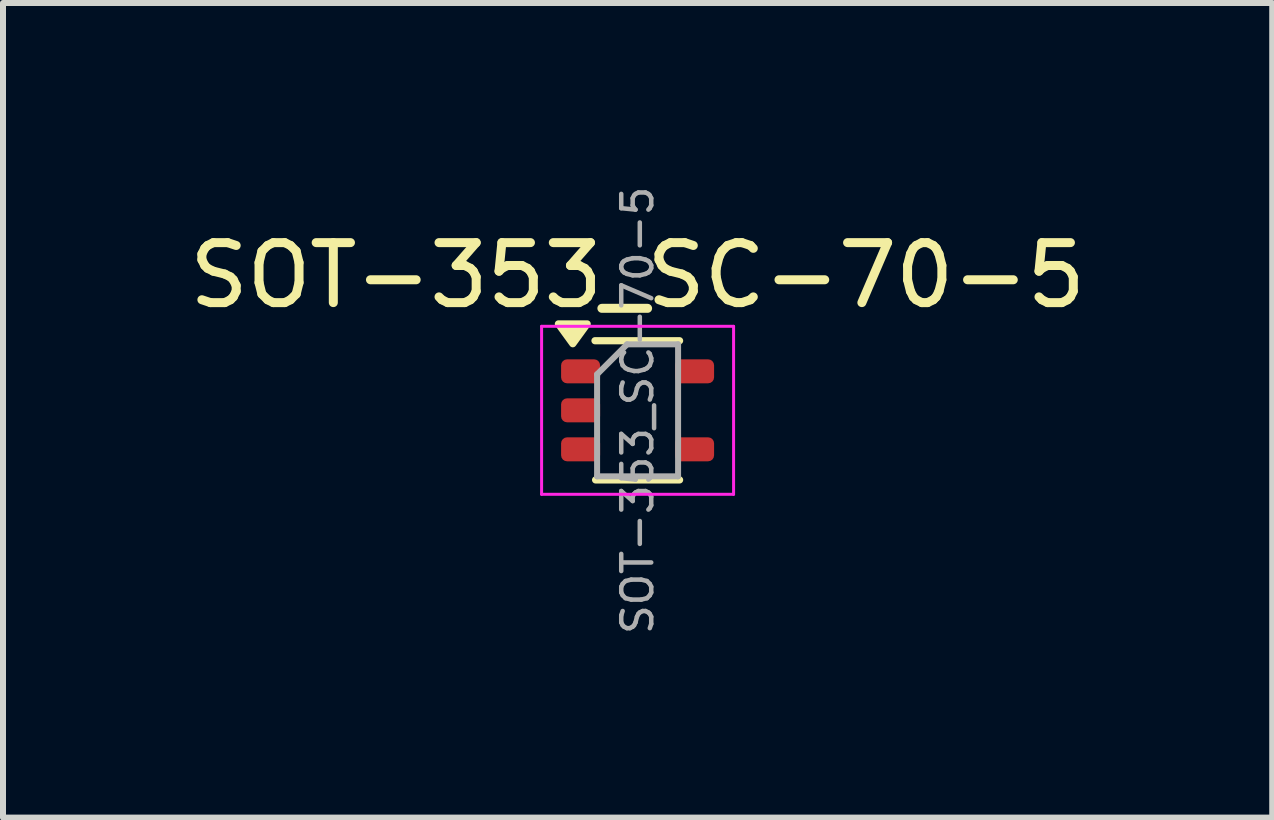
<source format=kicad_pcb>
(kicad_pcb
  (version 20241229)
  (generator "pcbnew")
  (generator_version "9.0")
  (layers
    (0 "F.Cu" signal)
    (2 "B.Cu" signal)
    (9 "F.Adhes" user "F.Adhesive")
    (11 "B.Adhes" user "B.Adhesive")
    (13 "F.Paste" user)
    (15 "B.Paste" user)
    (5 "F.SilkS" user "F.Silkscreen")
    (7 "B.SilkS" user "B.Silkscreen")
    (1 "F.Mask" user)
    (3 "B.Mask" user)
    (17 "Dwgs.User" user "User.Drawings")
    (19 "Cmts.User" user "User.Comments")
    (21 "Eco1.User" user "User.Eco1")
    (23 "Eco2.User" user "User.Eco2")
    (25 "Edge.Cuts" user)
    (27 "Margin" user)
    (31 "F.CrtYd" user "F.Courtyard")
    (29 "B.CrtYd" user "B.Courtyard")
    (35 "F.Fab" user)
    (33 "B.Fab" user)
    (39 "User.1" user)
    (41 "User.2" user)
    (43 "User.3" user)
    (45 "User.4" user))
  (footprint "SOT-353_SC-70-5"
    (layer "F.Cu")
    (at 7.577 3.789)
    (property "Reference" "SOT-353_SC-70-5" (at 0 -2.25 0) (layer "F.SilkS") (effects (font (size 1 1) (thickness 0.15))))
    (attr smd)
    (fp_line (start -0.71 -1.16) (end 0.7 -1.16) (stroke (width 0.12) (type solid)) (layer "F.SilkS"))
    (fp_line (start -0.7 1.16) (end 0.7 1.16) (stroke (width 0.12) (type solid)) (layer "F.SilkS"))
    (fp_poly (pts (xy -1.08 -1.11) (xy -1.32 -1.44) (xy -0.84 -1.44) (xy -1.08 -1.11)) (stroke (width 0.12) (type solid)) (fill yes) (layer "F.SilkS"))
    (fp_line (start -1.6 -1.4) (end -1.6 1.4) (stroke (width 0.05) (type solid)) (layer "F.CrtYd"))
    (fp_line (start -1.6 -1.4) (end 1.6 -1.4) (stroke (width 0.05) (type solid)) (layer "F.CrtYd"))
    (fp_line (start -1.6 1.4) (end 1.6 1.4) (stroke (width 0.05) (type solid)) (layer "F.CrtYd"))
    (fp_line (start 1.6 1.4) (end 1.6 -1.4) (stroke (width 0.05) (type solid)) (layer "F.CrtYd"))
    (fp_line (start -0.675 -0.6) (end -0.675 1.1) (stroke (width 0.1) (type solid)) (layer "F.Fab"))
    (fp_line (start -0.175 -1.1) (end -0.675 -0.6) (stroke (width 0.1) (type solid)) (layer "F.Fab"))
    (fp_line (start 0.675 -1.1) (end -0.175 -1.1) (stroke (width 0.1) (type solid)) (layer "F.Fab"))
    (fp_line (start 0.675 -1.1) (end 0.675 1.1) (stroke (width 0.1) (type solid)) (layer "F.Fab"))
    (fp_line (start 0.675 1.1) (end -0.675 1.1) (stroke (width 0.1) (type solid)) (layer "F.Fab"))
    (fp_text user "${REFERENCE}" (at 0 0 90) (layer "F.Fab") (effects (font (size 0.5 0.5) (thickness 0.075))))
    (pad "1" smd roundrect (at -0.95 -0.65) (size 0.65 0.4) (layers "F.Cu" "F.Mask" "F.Paste") (roundrect_rratio 0.25))
    (pad "2" smd roundrect (at -0.95 0) (size 0.65 0.4) (layers "F.Cu" "F.Mask" "F.Paste") (roundrect_rratio 0.25))
    (pad "3" smd roundrect (at -0.95 0.65) (size 0.65 0.4) (layers "F.Cu" "F.Mask" "F.Paste") (roundrect_rratio 0.25))
    (pad "4" smd roundrect (at 0.95 0.65) (size 0.65 0.4) (layers "F.Cu" "F.Mask" "F.Paste") (roundrect_rratio 0.25))
    (pad "5" smd roundrect (at 0.95 -0.65) (size 0.65 0.4) (layers "F.Cu" "F.Mask" "F.Paste") (roundrect_rratio 0.25)))
  (gr_rect
    (start -3 -3)
    (end 18.155 10.577)
    (stroke (width 0.1) (type default))
    (fill no)
    (layer "Edge.Cuts")))
</source>
